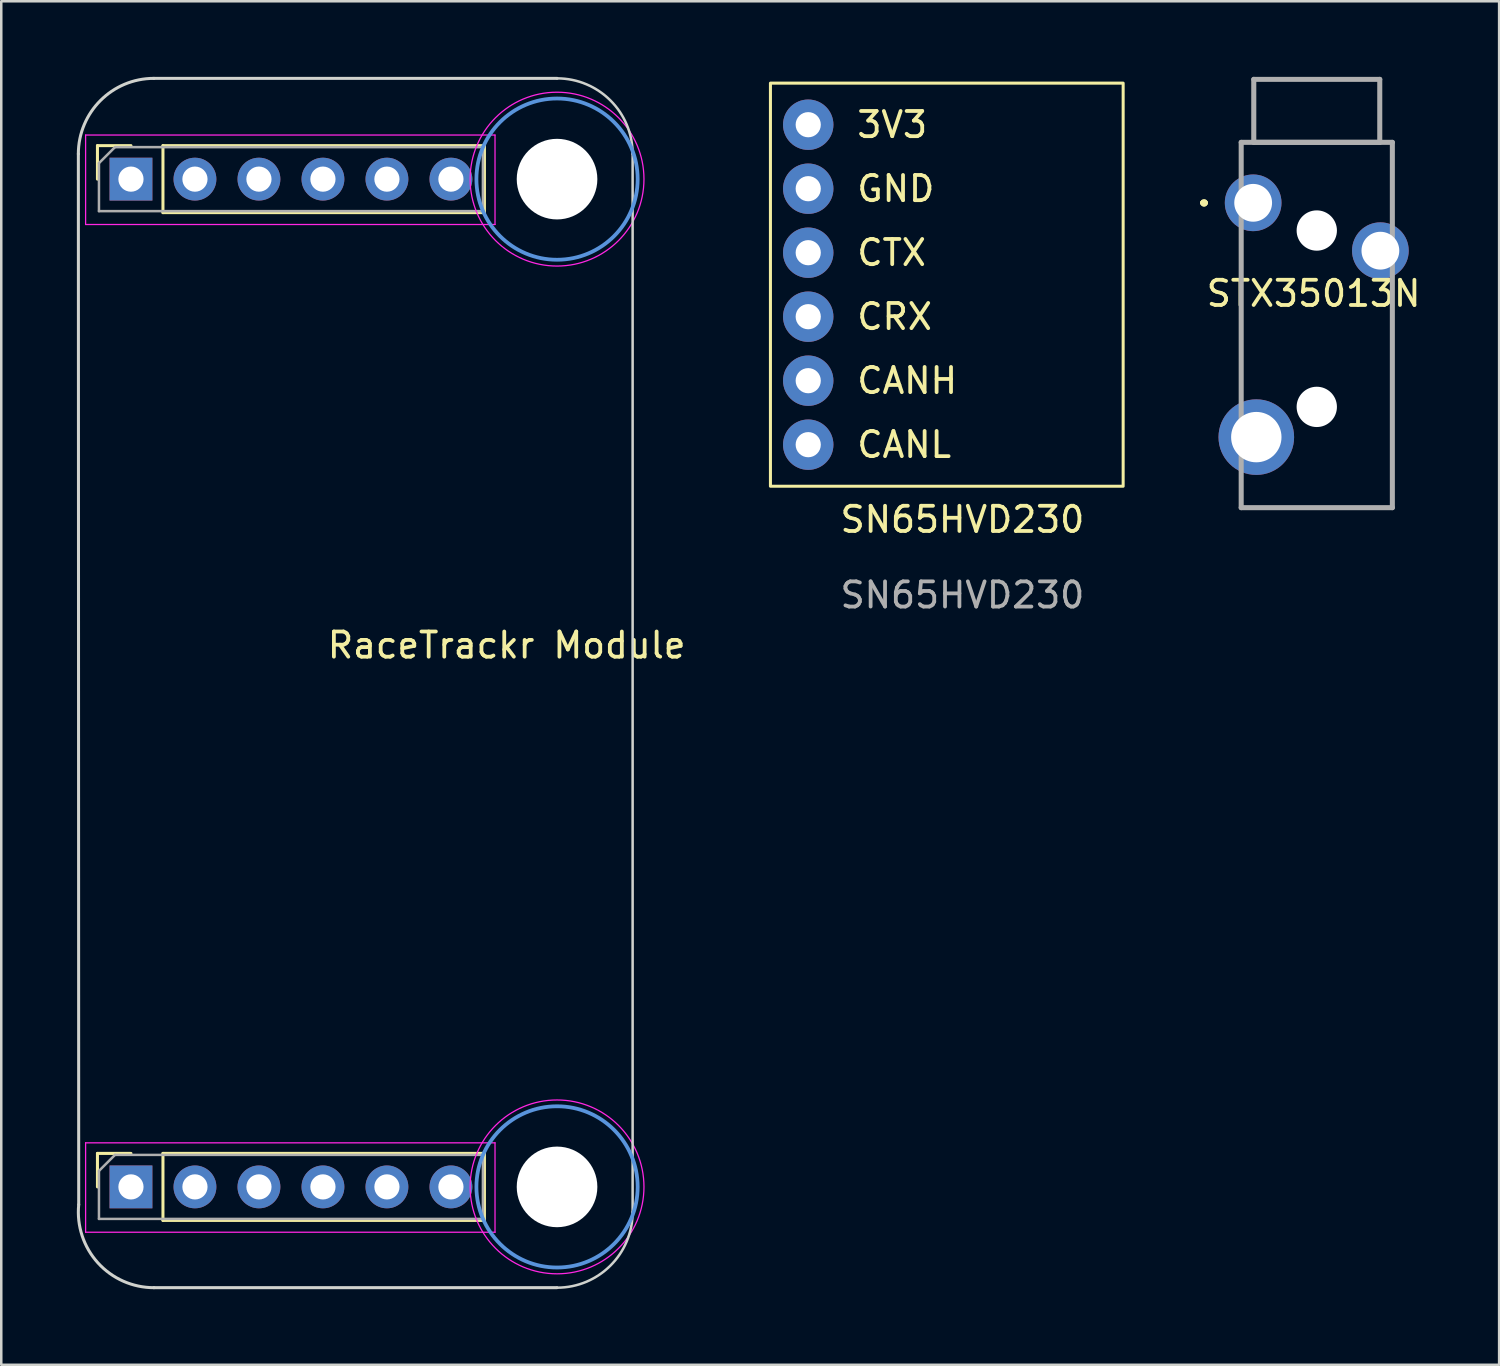
<source format=kicad_pcb>
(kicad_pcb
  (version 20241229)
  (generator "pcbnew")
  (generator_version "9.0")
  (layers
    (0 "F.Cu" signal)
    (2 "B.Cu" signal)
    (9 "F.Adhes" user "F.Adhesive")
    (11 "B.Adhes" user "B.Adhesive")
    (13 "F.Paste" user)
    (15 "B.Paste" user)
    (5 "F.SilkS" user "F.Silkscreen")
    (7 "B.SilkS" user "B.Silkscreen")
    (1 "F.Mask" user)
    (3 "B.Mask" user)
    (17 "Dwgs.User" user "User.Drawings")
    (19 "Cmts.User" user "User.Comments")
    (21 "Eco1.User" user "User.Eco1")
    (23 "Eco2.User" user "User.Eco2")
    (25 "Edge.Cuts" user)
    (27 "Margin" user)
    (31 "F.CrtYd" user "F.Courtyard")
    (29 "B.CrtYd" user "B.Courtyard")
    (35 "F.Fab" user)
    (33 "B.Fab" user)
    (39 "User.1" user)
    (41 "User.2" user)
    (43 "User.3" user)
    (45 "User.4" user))
  (footprint "SN65HVD230"
    (layer "F.Cu")
    (at 27.53 0.25)
    (property "Reference" "SN65HVD230" (at 7.62 17.32 0) (unlocked yes) (layer "F.SilkS") (effects (font (size 1 1) (thickness 0.15))))
    (attr through_hole)
    (fp_rect (start 14 16) (end 0 0) (stroke (width 0.12) (type solid)) (fill no) (layer "F.SilkS"))
    (fp_text user "CANH" (at 5.429 11.81 0) (unlocked yes) (layer "F.SilkS") (effects (font (size 1 1) (thickness 0.15))))
    (fp_text user "CANL" (at 5.31 14.35 0) (unlocked yes) (layer "F.SilkS") (effects (font (size 1 1) (thickness 0.15))))
    (fp_text user "CTX" (at 4.81 6.73 0) (unlocked yes) (layer "F.SilkS") (effects (font (size 1 1) (thickness 0.15))))
    (fp_text user "3V3" (at 4.834 1.65 0) (unlocked yes) (layer "F.SilkS") (effects (font (size 1 1) (thickness 0.15))))
    (fp_text user "GND" (at 4.977 4.19 0) (unlocked yes) (layer "F.SilkS") (effects (font (size 1 1) (thickness 0.15))))
    (fp_text user "CRX" (at 4.929 9.27 0) (unlocked yes) (layer "F.SilkS") (effects (font (size 1 1) (thickness 0.15))))
    (fp_text user "${REFERENCE}" (at 7.62 20.32 0) (unlocked yes) (layer "F.Fab") (effects (font (size 1 1) (thickness 0.15))))
    (pad "1" thru_hole circle (at 1.5 1.65 180) (size 2 2) (drill 1) (layers "*.Cu" "*.Mask"))
    (pad "2" thru_hole circle (at 1.5 4.19 180) (size 2 2) (drill 1) (layers "*.Cu" "*.Mask"))
    (pad "3" thru_hole circle (at 1.5 6.73 180) (size 2 2) (drill 1) (layers "*.Cu" "*.Mask"))
    (pad "4" thru_hole circle (at 1.5 9.27 180) (size 2 2) (drill 1) (layers "*.Cu" "*.Mask"))
    (pad "5" thru_hole circle (at 1.5 11.81 180) (size 2 2) (drill 1) (layers "*.Cu" "*.Mask"))
    (pad "6" thru_hole circle (at 1.5 14.35 180) (size 2 2) (drill 1) (layers "*.Cu" "*.Mask")))
  (footprint "RaceTrackr Module"
    (layer "F.Cu")
    (at 10.838 22.74)
    (property "Reference" "RaceTrackr Module" (at 6.222 -0.18 0) (unlocked yes) (layer "F.SilkS") (effects (font (size 1 1) (thickness 0.15))))
    (attr through_hole)
    (fp_line (start -10.02 -20.01) (end -8.69 -20.01) (stroke (width 0.12) (type solid)) (layer "F.SilkS"))
    (fp_line (start -10.02 -18.68) (end -10.02 -20.01) (stroke (width 0.12) (type solid)) (layer "F.SilkS"))
    (fp_line (start -10.02 19.99) (end -8.69 19.99) (stroke (width 0.12) (type solid)) (layer "F.SilkS"))
    (fp_line (start -10.02 21.32) (end -10.02 19.99) (stroke (width 0.12) (type solid)) (layer "F.SilkS"))
    (fp_line (start -7.42 -20.01) (end 5.34 -20.01) (stroke (width 0.12) (type solid)) (layer "F.SilkS"))
    (fp_line (start -7.42 -17.35) (end -7.42 -20.01) (stroke (width 0.12) (type solid)) (layer "F.SilkS"))
    (fp_line (start -7.42 -17.35) (end 5.34 -17.35) (stroke (width 0.12) (type solid)) (layer "F.SilkS"))
    (fp_line (start -7.42 19.99) (end 5.34 19.99) (stroke (width 0.12) (type solid)) (layer "F.SilkS"))
    (fp_line (start -7.42 22.65) (end -7.42 19.99) (stroke (width 0.12) (type solid)) (layer "F.SilkS"))
    (fp_line (start -7.42 22.65) (end 5.34 22.65) (stroke (width 0.12) (type solid)) (layer "F.SilkS"))
    (fp_line (start 5.34 -17.35) (end 5.34 -20.01) (stroke (width 0.12) (type solid)) (layer "F.SilkS"))
    (fp_line (start 5.34 22.65) (end 5.34 19.99) (stroke (width 0.12) (type solid)) (layer "F.SilkS"))
    (fp_circle (center 8.222 -18.68) (end 11.422 -18.68) (stroke (width 0.15) (type solid)) (fill no) (layer "Cmts.User"))
    (fp_circle (center 8.222 21.32) (end 11.422 21.32) (stroke (width 0.15) (type solid)) (fill no) (layer "Cmts.User"))
    (fp_line (start -10.778 -19.68) (end -10.764 22.024) (stroke (width 0.12) (type solid)) (layer "Edge.Cuts"))
    (fp_line (start 8.222 -22.68) (end -7.778 -22.68) (stroke (width 0.12) (type solid)) (layer "Edge.Cuts"))
    (fp_line (start 8.222 25.32) (end -7.778 25.32) (stroke (width 0.12) (type solid)) (layer "Edge.Cuts"))
    (fp_line (start 11.222 -19.68) (end 11.222 22.32) (stroke (width 0.1) (type solid)) (layer "Edge.Cuts"))
    (fp_arc (start -10.77837 -19.67959) (mid -9.89969 -21.80091) (end -7.77837 -22.67959) (stroke (width 0.12) (type solid)) (layer "Edge.Cuts"))
    (fp_arc (start -7.77837 25.32041) (mid -10.002185 24.334025) (end -10.763642 22.023507) (stroke (width 0.12) (type solid)) (layer "Edge.Cuts"))
    (fp_arc (start 8.22163 -22.67959) (mid 10.34294 -21.8009) (end 11.22163 -19.67959) (stroke (width 0.1) (type solid)) (layer "Edge.Cuts"))
    (fp_arc (start 11.22163 22.32041) (mid 10.342954 24.441734) (end 8.22163 25.32041) (stroke (width 0.1) (type solid)) (layer "Edge.Cuts"))
    (fp_line (start -10.49 -20.43) (end 5.76 -20.43) (stroke (width 0.05) (type solid)) (layer "F.CrtYd"))
    (fp_line (start -10.49 -16.88) (end -10.49 -20.43) (stroke (width 0.05) (type solid)) (layer "F.CrtYd"))
    (fp_line (start -10.49 19.57) (end 5.76 19.57) (stroke (width 0.05) (type solid)) (layer "F.CrtYd"))
    (fp_line (start -10.49 23.12) (end -10.49 19.57) (stroke (width 0.05) (type solid)) (layer "F.CrtYd"))
    (fp_line (start 5.76 -20.43) (end 5.76 -16.88) (stroke (width 0.05) (type solid)) (layer "F.CrtYd"))
    (fp_line (start 5.76 -16.88) (end -10.49 -16.88) (stroke (width 0.05) (type solid)) (layer "F.CrtYd"))
    (fp_line (start 5.76 19.57) (end 5.76 23.12) (stroke (width 0.05) (type solid)) (layer "F.CrtYd"))
    (fp_line (start 5.76 23.12) (end -10.49 23.12) (stroke (width 0.05) (type solid)) (layer "F.CrtYd"))
    (fp_circle (center 8.222 -18.68) (end 11.672 -18.68) (stroke (width 0.05) (type solid)) (fill no) (layer "F.CrtYd"))
    (fp_circle (center 8.222 21.32) (end 11.672 21.32) (stroke (width 0.05) (type solid)) (fill no) (layer "F.CrtYd"))
    (fp_line (start -9.96 -19.315) (end -9.325 -19.95) (stroke (width 0.1) (type solid)) (layer "F.Fab"))
    (fp_line (start -9.96 -17.41) (end -9.96 -19.315) (stroke (width 0.1) (type solid)) (layer "F.Fab"))
    (fp_line (start -9.96 20.685) (end -9.325 20.05) (stroke (width 0.1) (type solid)) (layer "F.Fab"))
    (fp_line (start -9.96 22.59) (end -9.96 20.685) (stroke (width 0.1) (type solid)) (layer "F.Fab"))
    (fp_line (start -9.325 -19.95) (end 5.28 -19.95) (stroke (width 0.1) (type solid)) (layer "F.Fab"))
    (fp_line (start -9.325 20.05) (end 5.28 20.05) (stroke (width 0.1) (type solid)) (layer "F.Fab"))
    (fp_line (start 5.28 -19.95) (end 5.28 -17.41) (stroke (width 0.1) (type solid)) (layer "F.Fab"))
    (fp_line (start 5.28 -17.41) (end -9.96 -17.41) (stroke (width 0.1) (type solid)) (layer "F.Fab"))
    (fp_line (start 5.28 20.05) (end 5.28 22.59) (stroke (width 0.1) (type solid)) (layer "F.Fab"))
    (fp_line (start 5.28 22.59) (end -9.96 22.59) (stroke (width 0.1) (type solid)) (layer "F.Fab"))
    (pad "" np_thru_hole circle (at 8.222 -18.68) (size 3.2 3.2) (drill 3.2) (layers "*.Cu" "*.Mask"))
    (pad "" np_thru_hole circle (at 8.222 21.32) (size 3.2 3.2) (drill 3.2) (layers "*.Cu" "*.Mask"))
    (pad "1" thru_hole rect (at -8.69 -18.68 90) (size 1.7 1.7) (drill 1) (layers "*.Cu" "*.Mask"))
    (pad "2" thru_hole oval (at -6.15 -18.68 90) (size 1.7 1.7) (drill 1) (layers "*.Cu" "*.Mask"))
    (pad "3" thru_hole oval (at -3.61 -18.68 90) (size 1.7 1.7) (drill 1) (layers "*.Cu" "*.Mask"))
    (pad "4" thru_hole oval (at -1.07 -18.68 90) (size 1.7 1.7) (drill 1) (layers "*.Cu" "*.Mask"))
    (pad "5" thru_hole oval (at 1.47 -18.68 90) (size 1.7 1.7) (drill 1) (layers "*.Cu" "*.Mask"))
    (pad "6" thru_hole oval (at 4.01 -18.68 90) (size 1.7 1.7) (drill 1) (layers "*.Cu" "*.Mask"))
    (pad "7" thru_hole oval (at 4.01 21.32 90) (size 1.7 1.7) (drill 1) (layers "*.Cu" "B.Mask"))
    (pad "8" thru_hole oval (at 1.47 21.32 90) (size 1.7 1.7) (drill 1) (layers "*.Cu" "*.Mask"))
    (pad "9" thru_hole oval (at -1.07 21.32 90) (size 1.7 1.7) (drill 1) (layers "*.Cu" "*.Mask"))
    (pad "10" thru_hole oval (at -3.61 21.32 90) (size 1.7 1.7) (drill 1) (layers "*.Cu" "*.Mask"))
    (pad "11" thru_hole oval (at -6.15 21.32 90) (size 1.7 1.7) (drill 1) (layers "*.Cu" "*.Mask"))
    (pad "12" thru_hole rect (at -8.69 21.32 90) (size 1.7 1.7) (drill 1) (layers "*.Cu" "*.Mask")))
  (footprint "STX35013N"
    (layer "F.Cu")
    (at 46.69 5)
    (property "Reference" "STX35013N" (at 2.4 3.6 0) (layer "F.SilkS") (effects (font (size 1 1) (thickness 0.15))))
    (attr through_hole)
    (fp_line (start -2 0) (end -2 0) (stroke (width 0.2) (type solid)) (layer "F.SilkS"))
    (fp_line (start -2 0) (end -2 0) (stroke (width 0.2) (type solid)) (layer "F.SilkS"))
    (fp_line (start -1.9 0) (end -1.9 0) (stroke (width 0.2) (type solid)) (layer "F.SilkS"))
    (fp_line (start -0.475 -2.4) (end -0.475 -2.4) (stroke (width 0.1) (type solid)) (layer "F.SilkS"))
    (fp_line (start -0.475 -2.4) (end -0.475 -2.4) (stroke (width 0.1) (type solid)) (layer "F.SilkS"))
    (fp_line (start -0.475 -2.4) (end -0.475 -1.4) (stroke (width 0.1) (type solid)) (layer "F.SilkS"))
    (fp_line (start -0.475 -2.4) (end 0 -2.4) (stroke (width 0.1) (type solid)) (layer "F.SilkS"))
    (fp_line (start -0.475 -1.4) (end -0.475 -2.4) (stroke (width 0.1) (type solid)) (layer "F.SilkS"))
    (fp_line (start -0.475 -1.4) (end -0.475 -1.4) (stroke (width 0.1) (type solid)) (layer "F.SilkS"))
    (fp_line (start -0.475 1.6) (end -0.475 1.6) (stroke (width 0.1) (type solid)) (layer "F.SilkS"))
    (fp_line (start -0.475 1.6) (end -0.475 7.35) (stroke (width 0.1) (type solid)) (layer "F.SilkS"))
    (fp_line (start -0.475 7.35) (end -0.475 1.6) (stroke (width 0.1) (type solid)) (layer "F.SilkS"))
    (fp_line (start -0.475 7.35) (end -0.475 7.35) (stroke (width 0.1) (type solid)) (layer "F.SilkS"))
    (fp_line (start -0.475 11.1) (end -0.475 11.1) (stroke (width 0.1) (type solid)) (layer "F.SilkS"))
    (fp_line (start -0.475 11.1) (end -0.475 12.1) (stroke (width 0.1) (type solid)) (layer "F.SilkS"))
    (fp_line (start -0.475 12.1) (end -0.475 11.1) (stroke (width 0.1) (type solid)) (layer "F.SilkS"))
    (fp_line (start -0.475 12.1) (end -0.475 12.1) (stroke (width 0.1) (type solid)) (layer "F.SilkS"))
    (fp_line (start -0.475 12.1) (end -0.475 12.1) (stroke (width 0.1) (type solid)) (layer "F.SilkS"))
    (fp_line (start -0.475 12.1) (end 5.525 12.1) (stroke (width 0.1) (type solid)) (layer "F.SilkS"))
    (fp_line (start 0 -4.9) (end 0 -2.4) (stroke (width 0.1) (type solid)) (layer "F.SilkS"))
    (fp_line (start 0 -2.4) (end -0.475 -2.4) (stroke (width 0.1) (type solid)) (layer "F.SilkS"))
    (fp_line (start 0 -2.4) (end 0 -2.4) (stroke (width 0.1) (type solid)) (layer "F.SilkS"))
    (fp_line (start 0 -2.4) (end 5.025 -2.4) (stroke (width 0.1) (type solid)) (layer "F.SilkS"))
    (fp_line (start 5.025 -4.9) (end 0 -4.9) (stroke (width 0.1) (type solid)) (layer "F.SilkS"))
    (fp_line (start 5.025 -2.4) (end 5.025 -4.9) (stroke (width 0.1) (type solid)) (layer "F.SilkS"))
    (fp_line (start 5.05 -2.4) (end 5.05 -2.4) (stroke (width 0.1) (type solid)) (layer "F.SilkS"))
    (fp_line (start 5.05 -2.4) (end 5.525 -2.4) (stroke (width 0.1) (type solid)) (layer "F.SilkS"))
    (fp_line (start 5.525 -2.4) (end 5.05 -2.4) (stroke (width 0.1) (type solid)) (layer "F.SilkS"))
    (fp_line (start 5.525 -2.4) (end 5.525 -2.4) (stroke (width 0.1) (type solid)) (layer "F.SilkS"))
    (fp_line (start 5.525 -2.4) (end 5.525 -2.4) (stroke (width 0.1) (type solid)) (layer "F.SilkS"))
    (fp_line (start 5.525 -2.4) (end 5.525 0.35) (stroke (width 0.1) (type solid)) (layer "F.SilkS"))
    (fp_line (start 5.525 0.35) (end 5.525 -2.4) (stroke (width 0.1) (type solid)) (layer "F.SilkS"))
    (fp_line (start 5.525 0.35) (end 5.525 0.35) (stroke (width 0.1) (type solid)) (layer "F.SilkS"))
    (fp_line (start 5.525 3.35) (end 5.525 3.35) (stroke (width 0.1) (type solid)) (layer "F.SilkS"))
    (fp_line (start 5.525 3.35) (end 5.525 12.1) (stroke (width 0.1) (type solid)) (layer "F.SilkS"))
    (fp_line (start 5.525 12.1) (end -0.475 12.1) (stroke (width 0.1) (type solid)) (layer "F.SilkS"))
    (fp_line (start 5.525 12.1) (end 5.525 3.35) (stroke (width 0.1) (type solid)) (layer "F.SilkS"))
    (fp_line (start 5.525 12.1) (end 5.525 12.1) (stroke (width 0.1) (type solid)) (layer "F.SilkS"))
    (fp_line (start 5.525 12.1) (end 5.525 12.1) (stroke (width 0.1) (type solid)) (layer "F.SilkS"))
    (fp_arc (start -2 0) (mid -1.95 -0.05) (end -1.9 0) (stroke (width 0.2) (type solid)) (layer "F.SilkS"))
    (fp_arc (start -1.9 0) (mid -1.95 0.05) (end -2 0) (stroke (width 0.2) (type solid)) (layer "F.SilkS"))
    (fp_arc (start -1.9 0) (mid -1.95 0.05) (end -2 0) (stroke (width 0.2) (type solid)) (layer "F.SilkS"))
    (fp_line (start -0.475 -2.4) (end -0.475 12.1) (stroke (width 0.2) (type solid)) (layer "F.Fab"))
    (fp_line (start -0.475 12.1) (end 5.525 12.1) (stroke (width 0.2) (type solid)) (layer "F.Fab"))
    (fp_line (start 0.025 -4.9) (end 0.025 -2.4) (stroke (width 0.2) (type solid)) (layer "F.Fab"))
    (fp_line (start 0.025 -2.4) (end 5.025 -2.4) (stroke (width 0.2) (type solid)) (layer "F.Fab"))
    (fp_line (start 5.025 -4.9) (end 0.025 -4.9) (stroke (width 0.2) (type solid)) (layer "F.Fab"))
    (fp_line (start 5.025 -2.4) (end 5.025 -4.9) (stroke (width 0.2) (type solid)) (layer "F.Fab"))
    (fp_line (start 5.525 -2.4) (end -0.475 -2.4) (stroke (width 0.2) (type solid)) (layer "F.Fab"))
    (fp_line (start 5.525 12.1) (end 5.525 -2.4) (stroke (width 0.2) (type solid)) (layer "F.Fab"))
    (pad "" np_thru_hole circle (at 2.525 1.1) (size 1.6 1.6) (drill 1.6) (layers "*.Cu" "*.Mask"))
    (pad "" np_thru_hole circle (at 2.525 8.1) (size 1.6 1.6) (drill 1.6) (layers "*.Cu" "*.Mask"))
    (pad "1" thru_hole circle (at 0 0) (size 2.25 2.25) (drill 1.5) (layers "*.Cu" "*.Mask"))
    (pad "2" thru_hole circle (at 0.125 9.3) (size 3 3) (drill 2) (layers "*.Cu" "*.Mask"))
    (pad "3" thru_hole circle (at 5.05 1.9) (size 2.25 2.25) (drill 1.5) (layers "*.Cu" "*.Mask")))
  (gr_rect
    (start -3 -3)
    (end 56.453 51.12)
    (stroke (width 0.1) (type default))
    (fill no)
    (layer "Edge.Cuts")))
</source>
